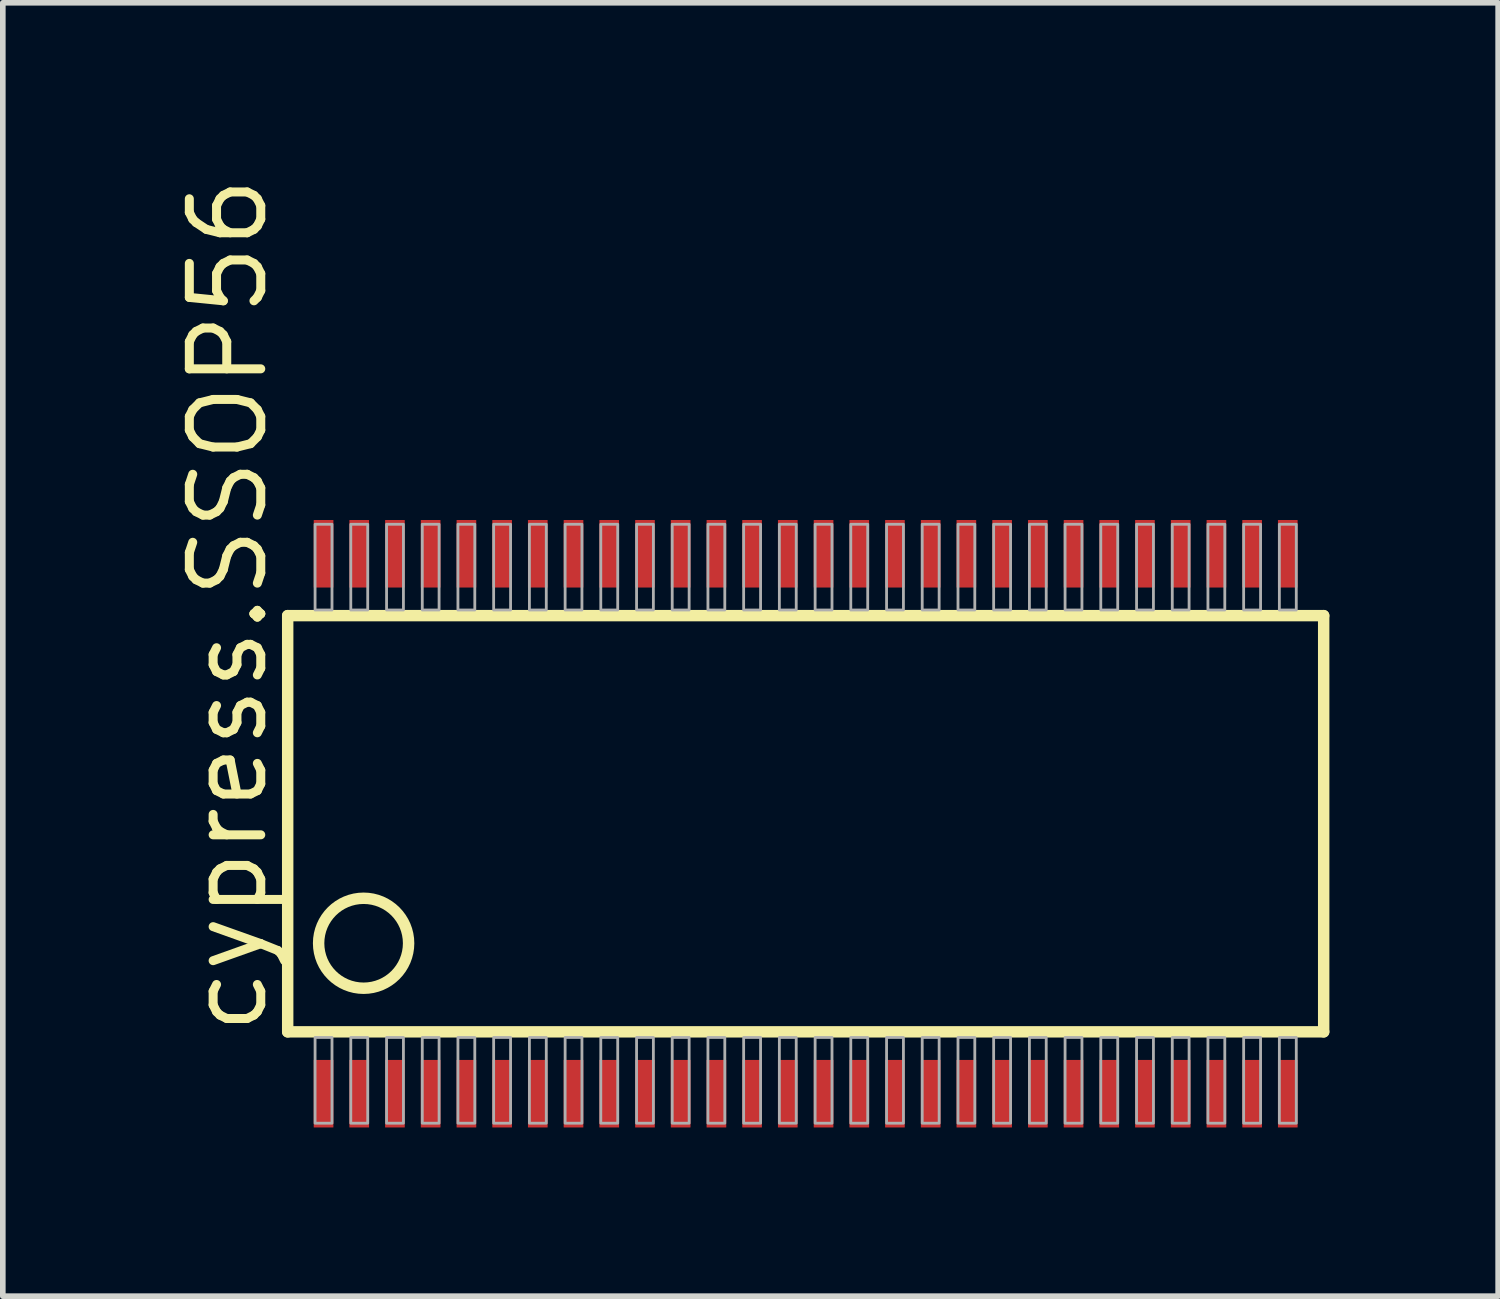
<source format=kicad_pcb>
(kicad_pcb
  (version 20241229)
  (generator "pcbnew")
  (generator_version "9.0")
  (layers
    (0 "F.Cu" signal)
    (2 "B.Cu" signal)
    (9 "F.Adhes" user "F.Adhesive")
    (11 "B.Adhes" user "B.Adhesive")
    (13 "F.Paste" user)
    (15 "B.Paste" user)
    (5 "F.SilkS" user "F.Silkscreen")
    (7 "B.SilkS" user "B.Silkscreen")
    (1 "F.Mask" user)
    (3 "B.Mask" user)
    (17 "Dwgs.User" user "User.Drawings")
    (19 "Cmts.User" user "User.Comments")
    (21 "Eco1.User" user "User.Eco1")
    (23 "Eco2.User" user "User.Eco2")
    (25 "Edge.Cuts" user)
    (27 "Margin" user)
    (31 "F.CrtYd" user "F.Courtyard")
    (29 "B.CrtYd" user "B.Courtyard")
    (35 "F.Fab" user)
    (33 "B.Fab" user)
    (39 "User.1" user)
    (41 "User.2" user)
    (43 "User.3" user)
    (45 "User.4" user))
  (footprint "cypress.SSOP56"
    (layer "F.Cu")
    (at 11.275 11.596)
    (property "Reference" "cypress.SSOP56" (at -9.525 3.81 90) (layer "F.SilkS") (effects (font (size 1.27 1.27) (thickness 0.16)) (justify left bottom)))
    (attr smd)
    (fp_line (start -9.21 -3.7) (end -9.21 3.7) (stroke (width 0.203) (type default)) (layer "F.SilkS"))
    (fp_line (start -9.21 3.7) (end 9.21 3.7) (stroke (width 0.203) (type default)) (layer "F.SilkS"))
    (fp_line (start 9.21 -3.7) (end -9.21 -3.7) (stroke (width 0.203) (type default)) (layer "F.SilkS"))
    (fp_line (start 9.21 3.7) (end 9.21 -3.7) (stroke (width 0.203) (type default)) (layer "F.SilkS"))
    (fp_circle (center -7.86 2.125) (end -7.06 2.125) (stroke (width 0.203) (type default)) (fill no) (layer "F.SilkS"))
    (fp_rect (start -8.723 -3.8) (end -8.422 -5.325) (stroke (width 0.05) (type default)) (fill no) (layer "F.Fab"))
    (fp_rect (start -8.723 5.325) (end -8.422 3.8) (stroke (width 0.05) (type default)) (fill no) (layer "F.Fab"))
    (fp_rect (start -8.088 -3.8) (end -7.787 -5.325) (stroke (width 0.05) (type default)) (fill no) (layer "F.Fab"))
    (fp_rect (start -8.088 5.325) (end -7.787 3.8) (stroke (width 0.05) (type default)) (fill no) (layer "F.Fab"))
    (fp_rect (start -7.452 -3.8) (end -7.152 -5.325) (stroke (width 0.05) (type default)) (fill no) (layer "F.Fab"))
    (fp_rect (start -7.452 5.325) (end -7.152 3.8) (stroke (width 0.05) (type default)) (fill no) (layer "F.Fab"))
    (fp_rect (start -6.817 -3.8) (end -6.518 -5.325) (stroke (width 0.05) (type default)) (fill no) (layer "F.Fab"))
    (fp_rect (start -6.817 5.325) (end -6.518 3.8) (stroke (width 0.05) (type default)) (fill no) (layer "F.Fab"))
    (fp_rect (start -6.183 -3.8) (end -5.883 -5.325) (stroke (width 0.05) (type default)) (fill no) (layer "F.Fab"))
    (fp_rect (start -6.183 5.325) (end -5.883 3.8) (stroke (width 0.05) (type default)) (fill no) (layer "F.Fab"))
    (fp_rect (start -5.548 -3.8) (end -5.247 -5.325) (stroke (width 0.05) (type default)) (fill no) (layer "F.Fab"))
    (fp_rect (start -5.548 5.325) (end -5.247 3.8) (stroke (width 0.05) (type default)) (fill no) (layer "F.Fab"))
    (fp_rect (start -4.912 -3.8) (end -4.612 -5.325) (stroke (width 0.05) (type default)) (fill no) (layer "F.Fab"))
    (fp_rect (start -4.912 5.325) (end -4.612 3.8) (stroke (width 0.05) (type default)) (fill no) (layer "F.Fab"))
    (fp_rect (start -4.277 -3.8) (end -3.978 -5.325) (stroke (width 0.05) (type default)) (fill no) (layer "F.Fab"))
    (fp_rect (start -4.277 5.325) (end -3.978 3.8) (stroke (width 0.05) (type default)) (fill no) (layer "F.Fab"))
    (fp_rect (start -3.643 -3.8) (end -3.342 -5.325) (stroke (width 0.05) (type default)) (fill no) (layer "F.Fab"))
    (fp_rect (start -3.643 5.325) (end -3.342 3.8) (stroke (width 0.05) (type default)) (fill no) (layer "F.Fab"))
    (fp_rect (start -3.007 -3.8) (end -2.708 -5.325) (stroke (width 0.05) (type default)) (fill no) (layer "F.Fab"))
    (fp_rect (start -3.007 5.325) (end -2.708 3.8) (stroke (width 0.05) (type default)) (fill no) (layer "F.Fab"))
    (fp_rect (start -2.373 -3.8) (end -2.072 -5.325) (stroke (width 0.05) (type default)) (fill no) (layer "F.Fab"))
    (fp_rect (start -2.373 5.325) (end -2.072 3.8) (stroke (width 0.05) (type default)) (fill no) (layer "F.Fab"))
    (fp_rect (start -1.738 -3.8) (end -1.438 -5.325) (stroke (width 0.05) (type default)) (fill no) (layer "F.Fab"))
    (fp_rect (start -1.738 5.325) (end -1.438 3.8) (stroke (width 0.05) (type default)) (fill no) (layer "F.Fab"))
    (fp_rect (start -1.103 -3.8) (end -0.802 -5.325) (stroke (width 0.05) (type default)) (fill no) (layer "F.Fab"))
    (fp_rect (start -1.103 5.325) (end -0.802 3.8) (stroke (width 0.05) (type default)) (fill no) (layer "F.Fab"))
    (fp_rect (start -0.468 -3.8) (end -0.168 -5.325) (stroke (width 0.05) (type default)) (fill no) (layer "F.Fab"))
    (fp_rect (start -0.468 5.325) (end -0.168 3.8) (stroke (width 0.05) (type default)) (fill no) (layer "F.Fab"))
    (fp_rect (start 0.168 -3.8) (end 0.468 -5.325) (stroke (width 0.05) (type default)) (fill no) (layer "F.Fab"))
    (fp_rect (start 0.168 5.325) (end 0.468 3.8) (stroke (width 0.05) (type default)) (fill no) (layer "F.Fab"))
    (fp_rect (start 0.802 -3.8) (end 1.103 -5.325) (stroke (width 0.05) (type default)) (fill no) (layer "F.Fab"))
    (fp_rect (start 0.802 5.325) (end 1.103 3.8) (stroke (width 0.05) (type default)) (fill no) (layer "F.Fab"))
    (fp_rect (start 1.438 -3.8) (end 1.738 -5.325) (stroke (width 0.05) (type default)) (fill no) (layer "F.Fab"))
    (fp_rect (start 1.438 5.325) (end 1.738 3.8) (stroke (width 0.05) (type default)) (fill no) (layer "F.Fab"))
    (fp_rect (start 2.072 -3.8) (end 2.373 -5.325) (stroke (width 0.05) (type default)) (fill no) (layer "F.Fab"))
    (fp_rect (start 2.072 5.325) (end 2.373 3.8) (stroke (width 0.05) (type default)) (fill no) (layer "F.Fab"))
    (fp_rect (start 2.708 -3.8) (end 3.007 -5.325) (stroke (width 0.05) (type default)) (fill no) (layer "F.Fab"))
    (fp_rect (start 2.708 5.325) (end 3.007 3.8) (stroke (width 0.05) (type default)) (fill no) (layer "F.Fab"))
    (fp_rect (start 3.342 -3.8) (end 3.643 -5.325) (stroke (width 0.05) (type default)) (fill no) (layer "F.Fab"))
    (fp_rect (start 3.342 5.325) (end 3.643 3.8) (stroke (width 0.05) (type default)) (fill no) (layer "F.Fab"))
    (fp_rect (start 3.978 -3.8) (end 4.277 -5.325) (stroke (width 0.05) (type default)) (fill no) (layer "F.Fab"))
    (fp_rect (start 3.978 5.325) (end 4.277 3.8) (stroke (width 0.05) (type default)) (fill no) (layer "F.Fab"))
    (fp_rect (start 4.612 -3.8) (end 4.912 -5.325) (stroke (width 0.05) (type default)) (fill no) (layer "F.Fab"))
    (fp_rect (start 4.612 5.325) (end 4.912 3.8) (stroke (width 0.05) (type default)) (fill no) (layer "F.Fab"))
    (fp_rect (start 5.247 -3.8) (end 5.548 -5.325) (stroke (width 0.05) (type default)) (fill no) (layer "F.Fab"))
    (fp_rect (start 5.247 5.325) (end 5.548 3.8) (stroke (width 0.05) (type default)) (fill no) (layer "F.Fab"))
    (fp_rect (start 5.883 -3.8) (end 6.183 -5.325) (stroke (width 0.05) (type default)) (fill no) (layer "F.Fab"))
    (fp_rect (start 5.883 5.325) (end 6.183 3.8) (stroke (width 0.05) (type default)) (fill no) (layer "F.Fab"))
    (fp_rect (start 6.518 -3.8) (end 6.817 -5.325) (stroke (width 0.05) (type default)) (fill no) (layer "F.Fab"))
    (fp_rect (start 6.518 5.325) (end 6.817 3.8) (stroke (width 0.05) (type default)) (fill no) (layer "F.Fab"))
    (fp_rect (start 7.152 -3.8) (end 7.452 -5.325) (stroke (width 0.05) (type default)) (fill no) (layer "F.Fab"))
    (fp_rect (start 7.152 5.325) (end 7.452 3.8) (stroke (width 0.05) (type default)) (fill no) (layer "F.Fab"))
    (fp_rect (start 7.787 -3.8) (end 8.088 -5.325) (stroke (width 0.05) (type default)) (fill no) (layer "F.Fab"))
    (fp_rect (start 7.787 5.325) (end 8.088 3.8) (stroke (width 0.05) (type default)) (fill no) (layer "F.Fab"))
    (fp_rect (start 8.422 -3.8) (end 8.723 -5.325) (stroke (width 0.05) (type default)) (fill no) (layer "F.Fab"))
    (fp_rect (start 8.422 5.325) (end 8.723 3.8) (stroke (width 0.05) (type default)) (fill no) (layer "F.Fab"))
    (pad "1" smd roundrect (at -8.572 4.8) (size 0.35 1.2) (layers "F.Cu" "F.Mask" "F.Paste") (roundrect_rratio 0.01))
    (pad "2" smd roundrect (at -7.938 4.8) (size 0.35 1.2) (layers "F.Cu" "F.Mask" "F.Paste") (roundrect_rratio 0.01))
    (pad "3" smd roundrect (at -7.303 4.8) (size 0.35 1.2) (layers "F.Cu" "F.Mask" "F.Paste") (roundrect_rratio 0.01))
    (pad "4" smd roundrect (at -6.668 4.8) (size 0.35 1.2) (layers "F.Cu" "F.Mask" "F.Paste") (roundrect_rratio 0.01))
    (pad "5" smd roundrect (at -6.032 4.8) (size 0.35 1.2) (layers "F.Cu" "F.Mask" "F.Paste") (roundrect_rratio 0.01))
    (pad "6" smd roundrect (at -5.397 4.8) (size 0.35 1.2) (layers "F.Cu" "F.Mask" "F.Paste") (roundrect_rratio 0.01))
    (pad "7" smd roundrect (at -4.763 4.8) (size 0.35 1.2) (layers "F.Cu" "F.Mask" "F.Paste") (roundrect_rratio 0.01))
    (pad "8" smd roundrect (at -4.128 4.8) (size 0.35 1.2) (layers "F.Cu" "F.Mask" "F.Paste") (roundrect_rratio 0.01))
    (pad "9" smd roundrect (at -3.493 4.8) (size 0.35 1.2) (layers "F.Cu" "F.Mask" "F.Paste") (roundrect_rratio 0.01))
    (pad "10" smd roundrect (at -2.857 4.8) (size 0.35 1.2) (layers "F.Cu" "F.Mask" "F.Paste") (roundrect_rratio 0.01))
    (pad "11" smd roundrect (at -2.223 4.8) (size 0.35 1.2) (layers "F.Cu" "F.Mask" "F.Paste") (roundrect_rratio 0.01))
    (pad "12" smd roundrect (at -1.587 4.8) (size 0.35 1.2) (layers "F.Cu" "F.Mask" "F.Paste") (roundrect_rratio 0.01))
    (pad "13" smd roundrect (at -0.953 4.8) (size 0.35 1.2) (layers "F.Cu" "F.Mask" "F.Paste") (roundrect_rratio 0.01))
    (pad "14" smd roundrect (at -0.318 4.8) (size 0.35 1.2) (layers "F.Cu" "F.Mask" "F.Paste") (roundrect_rratio 0.01))
    (pad "15" smd roundrect (at 0.318 4.8) (size 0.35 1.2) (layers "F.Cu" "F.Mask" "F.Paste") (roundrect_rratio 0.01))
    (pad "16" smd roundrect (at 0.953 4.8) (size 0.35 1.2) (layers "F.Cu" "F.Mask" "F.Paste") (roundrect_rratio 0.01))
    (pad "17" smd roundrect (at 1.587 4.8) (size 0.35 1.2) (layers "F.Cu" "F.Mask" "F.Paste") (roundrect_rratio 0.01))
    (pad "18" smd roundrect (at 2.223 4.8) (size 0.35 1.2) (layers "F.Cu" "F.Mask" "F.Paste") (roundrect_rratio 0.01))
    (pad "19" smd roundrect (at 2.857 4.8) (size 0.35 1.2) (layers "F.Cu" "F.Mask" "F.Paste") (roundrect_rratio 0.01))
    (pad "20" smd roundrect (at 3.493 4.8) (size 0.35 1.2) (layers "F.Cu" "F.Mask" "F.Paste") (roundrect_rratio 0.01))
    (pad "21" smd roundrect (at 4.128 4.8) (size 0.35 1.2) (layers "F.Cu" "F.Mask" "F.Paste") (roundrect_rratio 0.01))
    (pad "22" smd roundrect (at 4.763 4.8) (size 0.35 1.2) (layers "F.Cu" "F.Mask" "F.Paste") (roundrect_rratio 0.01))
    (pad "23" smd roundrect (at 5.397 4.8) (size 0.35 1.2) (layers "F.Cu" "F.Mask" "F.Paste") (roundrect_rratio 0.01))
    (pad "24" smd roundrect (at 6.032 4.8) (size 0.35 1.2) (layers "F.Cu" "F.Mask" "F.Paste") (roundrect_rratio 0.01))
    (pad "25" smd roundrect (at 6.668 4.8) (size 0.35 1.2) (layers "F.Cu" "F.Mask" "F.Paste") (roundrect_rratio 0.01))
    (pad "26" smd roundrect (at 7.303 4.8) (size 0.35 1.2) (layers "F.Cu" "F.Mask" "F.Paste") (roundrect_rratio 0.01))
    (pad "27" smd roundrect (at 7.938 4.8) (size 0.35 1.2) (layers "F.Cu" "F.Mask" "F.Paste") (roundrect_rratio 0.01))
    (pad "28" smd roundrect (at 8.572 4.8) (size 0.35 1.2) (layers "F.Cu" "F.Mask" "F.Paste") (roundrect_rratio 0.01))
    (pad "29" smd roundrect (at 8.572 -4.8 180) (size 0.35 1.2) (layers "F.Cu" "F.Mask" "F.Paste") (roundrect_rratio 0.01))
    (pad "30" smd roundrect (at 7.938 -4.8 180) (size 0.35 1.2) (layers "F.Cu" "F.Mask" "F.Paste") (roundrect_rratio 0.01))
    (pad "31" smd roundrect (at 7.303 -4.8 180) (size 0.35 1.2) (layers "F.Cu" "F.Mask" "F.Paste") (roundrect_rratio 0.01))
    (pad "32" smd roundrect (at 6.668 -4.8 180) (size 0.35 1.2) (layers "F.Cu" "F.Mask" "F.Paste") (roundrect_rratio 0.01))
    (pad "33" smd roundrect (at 6.032 -4.8 180) (size 0.35 1.2) (layers "F.Cu" "F.Mask" "F.Paste") (roundrect_rratio 0.01))
    (pad "34" smd roundrect (at 5.397 -4.8 180) (size 0.35 1.2) (layers "F.Cu" "F.Mask" "F.Paste") (roundrect_rratio 0.01))
    (pad "35" smd roundrect (at 4.763 -4.8 180) (size 0.35 1.2) (layers "F.Cu" "F.Mask" "F.Paste") (roundrect_rratio 0.01))
    (pad "36" smd roundrect (at 4.128 -4.8 180) (size 0.35 1.2) (layers "F.Cu" "F.Mask" "F.Paste") (roundrect_rratio 0.01))
    (pad "37" smd roundrect (at 3.493 -4.8 180) (size 0.35 1.2) (layers "F.Cu" "F.Mask" "F.Paste") (roundrect_rratio 0.01))
    (pad "38" smd roundrect (at 2.857 -4.8 180) (size 0.35 1.2) (layers "F.Cu" "F.Mask" "F.Paste") (roundrect_rratio 0.01))
    (pad "39" smd roundrect (at 2.223 -4.8 180) (size 0.35 1.2) (layers "F.Cu" "F.Mask" "F.Paste") (roundrect_rratio 0.01))
    (pad "40" smd roundrect (at 1.587 -4.8 180) (size 0.35 1.2) (layers "F.Cu" "F.Mask" "F.Paste") (roundrect_rratio 0.01))
    (pad "41" smd roundrect (at 0.953 -4.8 180) (size 0.35 1.2) (layers "F.Cu" "F.Mask" "F.Paste") (roundrect_rratio 0.01))
    (pad "42" smd roundrect (at 0.318 -4.8 180) (size 0.35 1.2) (layers "F.Cu" "F.Mask" "F.Paste") (roundrect_rratio 0.01))
    (pad "43" smd roundrect (at -0.318 -4.8 180) (size 0.35 1.2) (layers "F.Cu" "F.Mask" "F.Paste") (roundrect_rratio 0.01))
    (pad "44" smd roundrect (at -0.953 -4.8 180) (size 0.35 1.2) (layers "F.Cu" "F.Mask" "F.Paste") (roundrect_rratio 0.01))
    (pad "45" smd roundrect (at -1.587 -4.8 180) (size 0.35 1.2) (layers "F.Cu" "F.Mask" "F.Paste") (roundrect_rratio 0.01))
    (pad "46" smd roundrect (at -2.223 -4.8 180) (size 0.35 1.2) (layers "F.Cu" "F.Mask" "F.Paste") (roundrect_rratio 0.01))
    (pad "47" smd roundrect (at -2.857 -4.8 180) (size 0.35 1.2) (layers "F.Cu" "F.Mask" "F.Paste") (roundrect_rratio 0.01))
    (pad "48" smd roundrect (at -3.493 -4.8 180) (size 0.35 1.2) (layers "F.Cu" "F.Mask" "F.Paste") (roundrect_rratio 0.01))
    (pad "49" smd roundrect (at -4.128 -4.8 180) (size 0.35 1.2) (layers "F.Cu" "F.Mask" "F.Paste") (roundrect_rratio 0.01))
    (pad "50" smd roundrect (at -4.763 -4.8 180) (size 0.35 1.2) (layers "F.Cu" "F.Mask" "F.Paste") (roundrect_rratio 0.01))
    (pad "51" smd roundrect (at -5.397 -4.8 180) (size 0.35 1.2) (layers "F.Cu" "F.Mask" "F.Paste") (roundrect_rratio 0.01))
    (pad "52" smd roundrect (at -6.032 -4.8 180) (size 0.35 1.2) (layers "F.Cu" "F.Mask" "F.Paste") (roundrect_rratio 0.01))
    (pad "53" smd roundrect (at -6.668 -4.8 180) (size 0.35 1.2) (layers "F.Cu" "F.Mask" "F.Paste") (roundrect_rratio 0.01))
    (pad "54" smd roundrect (at -7.303 -4.8 180) (size 0.35 1.2) (layers "F.Cu" "F.Mask" "F.Paste") (roundrect_rratio 0.01))
    (pad "55" smd roundrect (at -7.938 -4.8 180) (size 0.35 1.2) (layers "F.Cu" "F.Mask" "F.Paste") (roundrect_rratio 0.01))
    (pad "56" smd roundrect (at -8.572 -4.8 180) (size 0.35 1.2) (layers "F.Cu" "F.Mask" "F.Paste") (roundrect_rratio 0.01)))
  (gr_rect
    (start -3 -3)
    (end 23.587 19.996)
    (stroke (width 0.1) (type default))
    (fill no)
    (layer "Edge.Cuts")))
</source>
